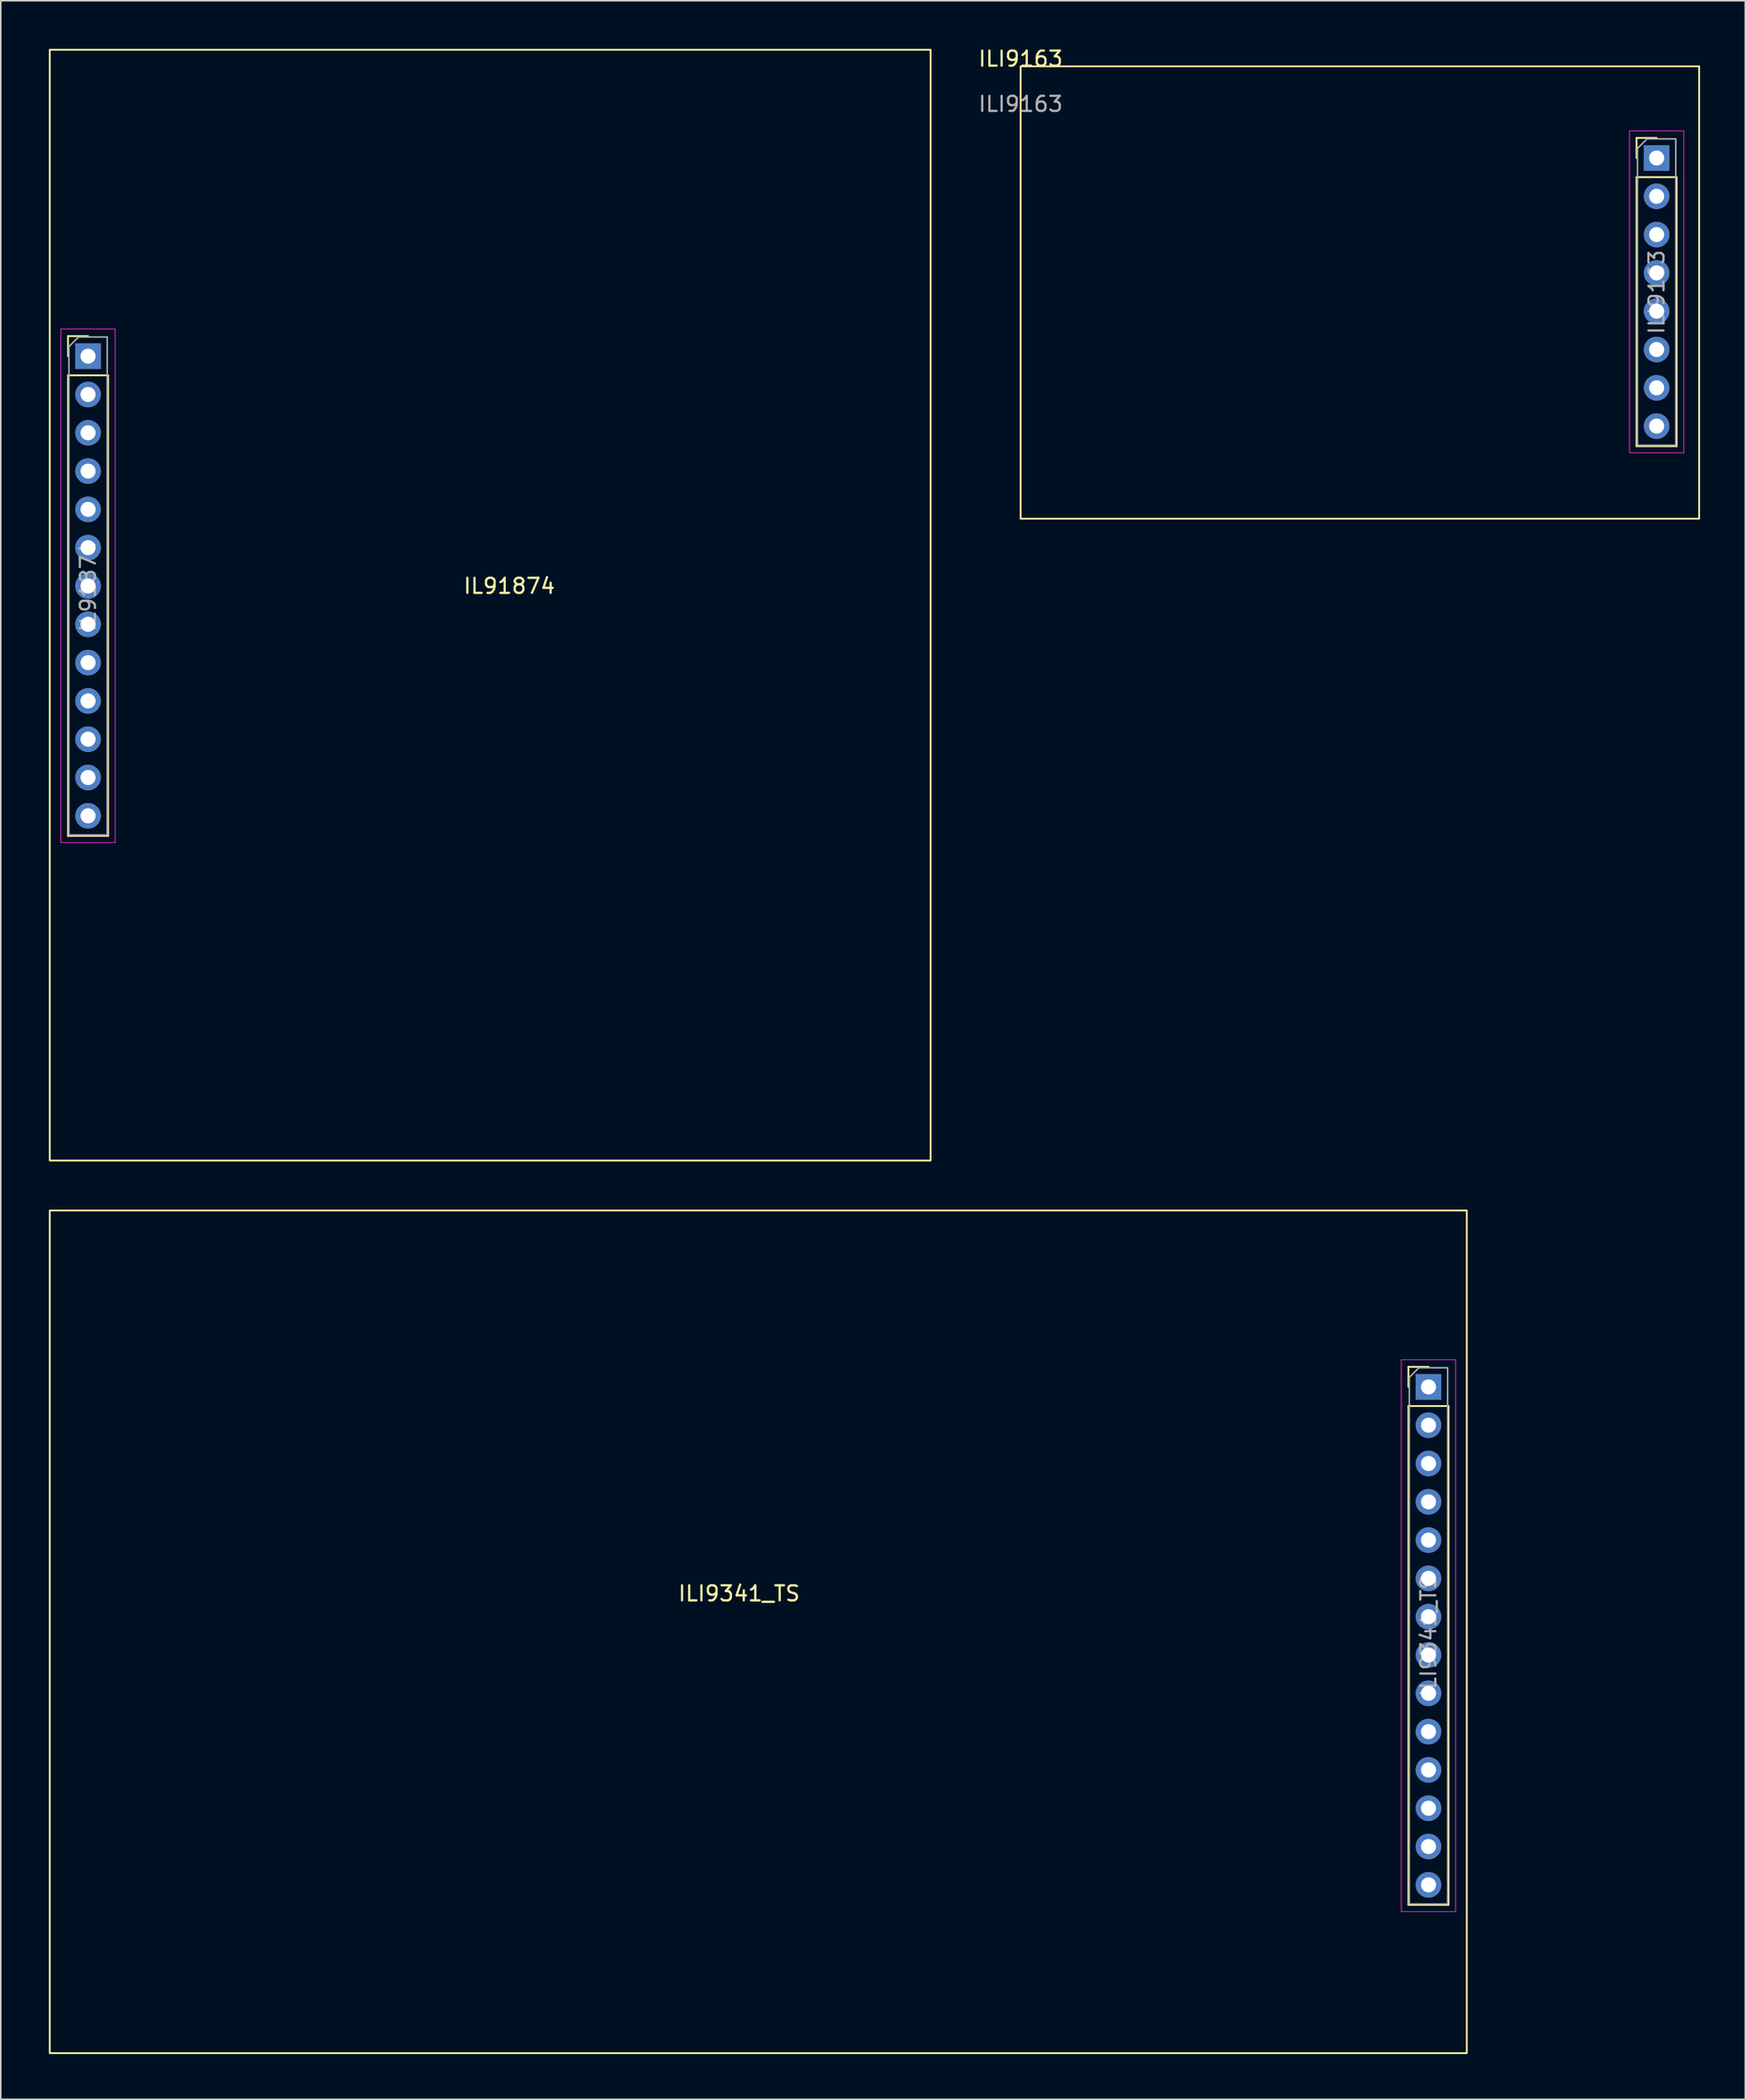
<source format=kicad_pcb>
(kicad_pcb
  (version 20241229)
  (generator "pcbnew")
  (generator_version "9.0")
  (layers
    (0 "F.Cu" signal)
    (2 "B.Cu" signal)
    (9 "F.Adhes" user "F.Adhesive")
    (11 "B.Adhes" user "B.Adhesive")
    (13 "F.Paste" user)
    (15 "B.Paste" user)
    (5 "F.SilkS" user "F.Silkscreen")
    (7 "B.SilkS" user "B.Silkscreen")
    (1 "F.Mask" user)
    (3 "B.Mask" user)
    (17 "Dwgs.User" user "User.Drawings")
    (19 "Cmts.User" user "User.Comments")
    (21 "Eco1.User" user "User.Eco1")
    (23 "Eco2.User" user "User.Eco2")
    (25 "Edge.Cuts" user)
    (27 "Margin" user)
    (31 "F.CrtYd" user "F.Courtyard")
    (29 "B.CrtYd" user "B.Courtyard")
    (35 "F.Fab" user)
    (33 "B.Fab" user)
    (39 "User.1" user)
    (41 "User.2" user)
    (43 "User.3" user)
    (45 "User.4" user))
  (footprint "ILI9341_TS"
    (layer "F.Cu")
    (at 0.25 77.22)
    (property "Reference" "ILI9341_TS" (at 45.72 25.4 0) (unlocked yes) (layer "F.SilkS") (effects (font (size 1 1) (thickness 0.15))))
    (attr through_hole)
    (fp_line (start 90.11 10.37) (end 91.44 10.37) (stroke (width 0.12) (type solid)) (layer "F.SilkS"))
    (fp_line (start 90.11 11.7) (end 90.11 10.37) (stroke (width 0.12) (type solid)) (layer "F.SilkS"))
    (fp_line (start 90.11 12.97) (end 90.11 46.05) (stroke (width 0.12) (type solid)) (layer "F.SilkS"))
    (fp_line (start 90.11 12.97) (end 92.77 12.97) (stroke (width 0.12) (type solid)) (layer "F.SilkS"))
    (fp_line (start 90.11 46.05) (end 92.77 46.05) (stroke (width 0.12) (type solid)) (layer "F.SilkS"))
    (fp_line (start 92.77 12.97) (end 92.77 46.05) (stroke (width 0.12) (type solid)) (layer "F.SilkS"))
    (fp_rect (start 0 0) (end 93.98 55.88) (stroke (width 0.12) (type solid)) (fill no) (layer "F.SilkS"))
    (fp_line (start 89.64 9.9) (end 89.64 46.5) (stroke (width 0.05) (type solid)) (layer "F.CrtYd"))
    (fp_line (start 89.64 46.5) (end 93.24 46.5) (stroke (width 0.05) (type solid)) (layer "F.CrtYd"))
    (fp_line (start 93.24 9.9) (end 89.64 9.9) (stroke (width 0.05) (type solid)) (layer "F.CrtYd"))
    (fp_line (start 93.24 46.5) (end 93.24 9.9) (stroke (width 0.05) (type solid)) (layer "F.CrtYd"))
    (fp_line (start 90.17 11.065) (end 90.805 10.43) (stroke (width 0.1) (type solid)) (layer "F.Fab"))
    (fp_line (start 90.17 45.99) (end 90.17 11.065) (stroke (width 0.1) (type solid)) (layer "F.Fab"))
    (fp_line (start 90.805 10.43) (end 92.71 10.43) (stroke (width 0.1) (type solid)) (layer "F.Fab"))
    (fp_line (start 92.71 10.43) (end 92.71 45.99) (stroke (width 0.1) (type solid)) (layer "F.Fab"))
    (fp_line (start 92.71 45.99) (end 90.17 45.99) (stroke (width 0.1) (type solid)) (layer "F.Fab"))
    (fp_text user "${REFERENCE}" (at 91.44 28.21 90) (layer "F.Fab") (effects (font (size 1 1) (thickness 0.15))))
    (pad "1" thru_hole rect (at 91.44 11.7) (size 1.7 1.7) (drill 1) (layers "*.Cu" "*.Mask"))
    (pad "2" thru_hole oval (at 91.44 14.24) (size 1.7 1.7) (drill 1) (layers "*.Cu" "*.Mask"))
    (pad "3" thru_hole oval (at 91.44 16.78) (size 1.7 1.7) (drill 1) (layers "*.Cu" "*.Mask"))
    (pad "4" thru_hole oval (at 91.44 19.32) (size 1.7 1.7) (drill 1) (layers "*.Cu" "*.Mask"))
    (pad "5" thru_hole oval (at 91.44 21.86) (size 1.7 1.7) (drill 1) (layers "*.Cu" "*.Mask"))
    (pad "6" thru_hole oval (at 91.44 24.4) (size 1.7 1.7) (drill 1) (layers "*.Cu" "*.Mask"))
    (pad "7" thru_hole oval (at 91.44 26.94) (size 1.7 1.7) (drill 1) (layers "*.Cu" "*.Mask"))
    (pad "8" thru_hole oval (at 91.44 29.48) (size 1.7 1.7) (drill 1) (layers "*.Cu" "*.Mask"))
    (pad "9" thru_hole oval (at 91.44 32.02) (size 1.7 1.7) (drill 1) (layers "*.Cu" "*.Mask"))
    (pad "10" thru_hole oval (at 91.44 34.56) (size 1.7 1.7) (drill 1) (layers "*.Cu" "*.Mask"))
    (pad "11" thru_hole oval (at 91.44 37.1) (size 1.7 1.7) (drill 1) (layers "*.Cu" "*.Mask"))
    (pad "12" thru_hole oval (at 91.44 39.64) (size 1.7 1.7) (drill 1) (layers "*.Cu" "*.Mask"))
    (pad "13" thru_hole oval (at 91.44 42.18) (size 1.7 1.7) (drill 1) (layers "*.Cu" "*.Mask"))
    (pad "14" thru_hole oval (at 91.44 44.72) (size 1.7 1.7) (drill 1) (layers "*.Cu" "*.Mask")))
  (footprint "ILI9163"
    (layer "F.Cu")
    (at 64.641 1.348)
    (property "Reference" "ILI9163" (at 0 -0.5 0) (unlocked yes) (layer "F.SilkS") (effects (font (size 1 1) (thickness 0.15))))
    (attr through_hole)
    (fp_line (start 40.85 4.75) (end 42.18 4.75) (stroke (width 0.12) (type solid)) (layer "F.SilkS"))
    (fp_line (start 40.85 6.08) (end 40.85 4.75) (stroke (width 0.12) (type solid)) (layer "F.SilkS"))
    (fp_line (start 40.85 7.35) (end 40.85 25.19) (stroke (width 0.12) (type solid)) (layer "F.SilkS"))
    (fp_line (start 40.85 7.35) (end 43.51 7.35) (stroke (width 0.12) (type solid)) (layer "F.SilkS"))
    (fp_line (start 40.85 25.19) (end 43.51 25.19) (stroke (width 0.12) (type solid)) (layer "F.SilkS"))
    (fp_line (start 43.51 7.35) (end 43.51 25.19) (stroke (width 0.12) (type solid)) (layer "F.SilkS"))
    (fp_rect (start 0 0) (end 45 30) (stroke (width 0.12) (type solid)) (fill no) (layer "F.SilkS"))
    (fp_line (start 40.38 4.28) (end 40.38 25.63) (stroke (width 0.05) (type solid)) (layer "F.CrtYd"))
    (fp_line (start 40.38 25.63) (end 43.98 25.63) (stroke (width 0.05) (type solid)) (layer "F.CrtYd"))
    (fp_line (start 43.98 4.28) (end 40.38 4.28) (stroke (width 0.05) (type solid)) (layer "F.CrtYd"))
    (fp_line (start 43.98 25.63) (end 43.98 4.28) (stroke (width 0.05) (type solid)) (layer "F.CrtYd"))
    (fp_line (start 40.91 5.445) (end 41.545 4.81) (stroke (width 0.1) (type solid)) (layer "F.Fab"))
    (fp_line (start 40.91 25.13) (end 40.91 5.445) (stroke (width 0.1) (type solid)) (layer "F.Fab"))
    (fp_line (start 41.545 4.81) (end 43.45 4.81) (stroke (width 0.1) (type solid)) (layer "F.Fab"))
    (fp_line (start 43.45 4.81) (end 43.45 25.13) (stroke (width 0.1) (type solid)) (layer "F.Fab"))
    (fp_line (start 43.45 25.13) (end 40.91 25.13) (stroke (width 0.1) (type solid)) (layer "F.Fab"))
    (fp_text user "${REFERENCE}" (at 0 2.5 0) (unlocked yes) (layer "F.Fab") (effects (font (size 1 1) (thickness 0.15))))
    (fp_text user "${REFERENCE}" (at 42.18 14.97 90) (layer "F.Fab") (effects (font (size 1 1) (thickness 0.15))))
    (pad "1" thru_hole rect (at 42.18 6.08) (size 1.7 1.7) (drill 1) (layers "*.Cu" "*.Mask"))
    (pad "2" thru_hole oval (at 42.18 8.62) (size 1.7 1.7) (drill 1) (layers "*.Cu" "*.Mask"))
    (pad "3" thru_hole oval (at 42.18 11.16) (size 1.7 1.7) (drill 1) (layers "*.Cu" "*.Mask"))
    (pad "4" thru_hole oval (at 42.18 13.7) (size 1.7 1.7) (drill 1) (layers "*.Cu" "*.Mask"))
    (pad "5" thru_hole oval (at 42.18 16.24) (size 1.7 1.7) (drill 1) (layers "*.Cu" "*.Mask"))
    (pad "6" thru_hole oval (at 42.18 18.78) (size 1.7 1.7) (drill 1) (layers "*.Cu" "*.Mask"))
    (pad "7" thru_hole oval (at 42.18 21.32) (size 1.7 1.7) (drill 1) (layers "*.Cu" "*.Mask"))
    (pad "8" thru_hole oval (at 42.18 23.86) (size 1.7 1.7) (drill 1) (layers "*.Cu" "*.Mask")))
  (footprint "IL91874"
    (layer "F.Cu")
    (at 0.25 0.25)
    (property "Reference" "IL91874" (at 30.48 35.56 0) (unlocked yes) (layer "F.SilkS") (effects (font (size 1 1) (thickness 0.15))))
    (attr through_hole)
    (fp_line (start 1.21 18.99) (end 2.54 18.99) (stroke (width 0.12) (type solid)) (layer "F.SilkS"))
    (fp_line (start 1.21 20.32) (end 1.21 18.99) (stroke (width 0.12) (type solid)) (layer "F.SilkS"))
    (fp_line (start 1.21 21.59) (end 1.21 52.13) (stroke (width 0.12) (type solid)) (layer "F.SilkS"))
    (fp_line (start 1.21 21.59) (end 3.87 21.59) (stroke (width 0.12) (type solid)) (layer "F.SilkS"))
    (fp_line (start 1.21 52.13) (end 3.87 52.13) (stroke (width 0.12) (type solid)) (layer "F.SilkS"))
    (fp_line (start 3.87 21.59) (end 3.87 52.13) (stroke (width 0.12) (type solid)) (layer "F.SilkS"))
    (fp_rect (start 0 0) (end 58.42 73.66) (stroke (width 0.12) (type solid)) (fill no) (layer "F.SilkS"))
    (fp_line (start 0.74 18.52) (end 0.74 52.57) (stroke (width 0.05) (type solid)) (layer "F.CrtYd"))
    (fp_line (start 0.74 52.57) (end 4.34 52.57) (stroke (width 0.05) (type solid)) (layer "F.CrtYd"))
    (fp_line (start 4.34 18.52) (end 0.74 18.52) (stroke (width 0.05) (type solid)) (layer "F.CrtYd"))
    (fp_line (start 4.34 52.57) (end 4.34 18.52) (stroke (width 0.05) (type solid)) (layer "F.CrtYd"))
    (fp_line (start 1.27 19.685) (end 1.905 19.05) (stroke (width 0.1) (type solid)) (layer "F.Fab"))
    (fp_line (start 1.27 52.07) (end 1.27 19.685) (stroke (width 0.1) (type solid)) (layer "F.Fab"))
    (fp_line (start 1.905 19.05) (end 3.81 19.05) (stroke (width 0.1) (type solid)) (layer "F.Fab"))
    (fp_line (start 3.81 19.05) (end 3.81 52.07) (stroke (width 0.1) (type solid)) (layer "F.Fab"))
    (fp_line (start 3.81 52.07) (end 1.27 52.07) (stroke (width 0.1) (type solid)) (layer "F.Fab"))
    (fp_text user "${REFERENCE}" (at 2.54 35.56 90) (layer "F.Fab") (effects (font (size 1 1) (thickness 0.15))))
    (pad "1" thru_hole rect (at 2.54 20.32) (size 1.7 1.7) (drill 1) (layers "*.Cu" "*.Mask"))
    (pad "2" thru_hole oval (at 2.54 22.86) (size 1.7 1.7) (drill 1) (layers "*.Cu" "*.Mask"))
    (pad "3" thru_hole oval (at 2.54 25.4) (size 1.7 1.7) (drill 1) (layers "*.Cu" "*.Mask"))
    (pad "4" thru_hole oval (at 2.54 27.94) (size 1.7 1.7) (drill 1) (layers "*.Cu" "*.Mask"))
    (pad "5" thru_hole oval (at 2.54 30.48) (size 1.7 1.7) (drill 1) (layers "*.Cu" "*.Mask"))
    (pad "6" thru_hole oval (at 2.54 33.02) (size 1.7 1.7) (drill 1) (layers "*.Cu" "*.Mask"))
    (pad "7" thru_hole oval (at 2.54 35.56) (size 1.7 1.7) (drill 1) (layers "*.Cu" "*.Mask"))
    (pad "8" thru_hole oval (at 2.54 38.1) (size 1.7 1.7) (drill 1) (layers "*.Cu" "*.Mask"))
    (pad "9" thru_hole oval (at 2.54 40.64) (size 1.7 1.7) (drill 1) (layers "*.Cu" "*.Mask"))
    (pad "10" thru_hole oval (at 2.54 43.18) (size 1.7 1.7) (drill 1) (layers "*.Cu" "*.Mask"))
    (pad "11" thru_hole oval (at 2.54 45.72) (size 1.7 1.7) (drill 1) (layers "*.Cu" "*.Mask"))
    (pad "12" thru_hole oval (at 2.54 48.26) (size 1.7 1.7) (drill 1) (layers "*.Cu" "*.Mask"))
    (pad "13" thru_hole oval (at 2.54 50.8) (size 1.7 1.7) (drill 1) (layers "*.Cu" "*.Mask")))
  (gr_rect
    (start -3 -3)
    (end 112.701 136.16)
    (stroke (width 0.1) (type default))
    (fill no)
    (layer "Edge.Cuts")))
</source>
